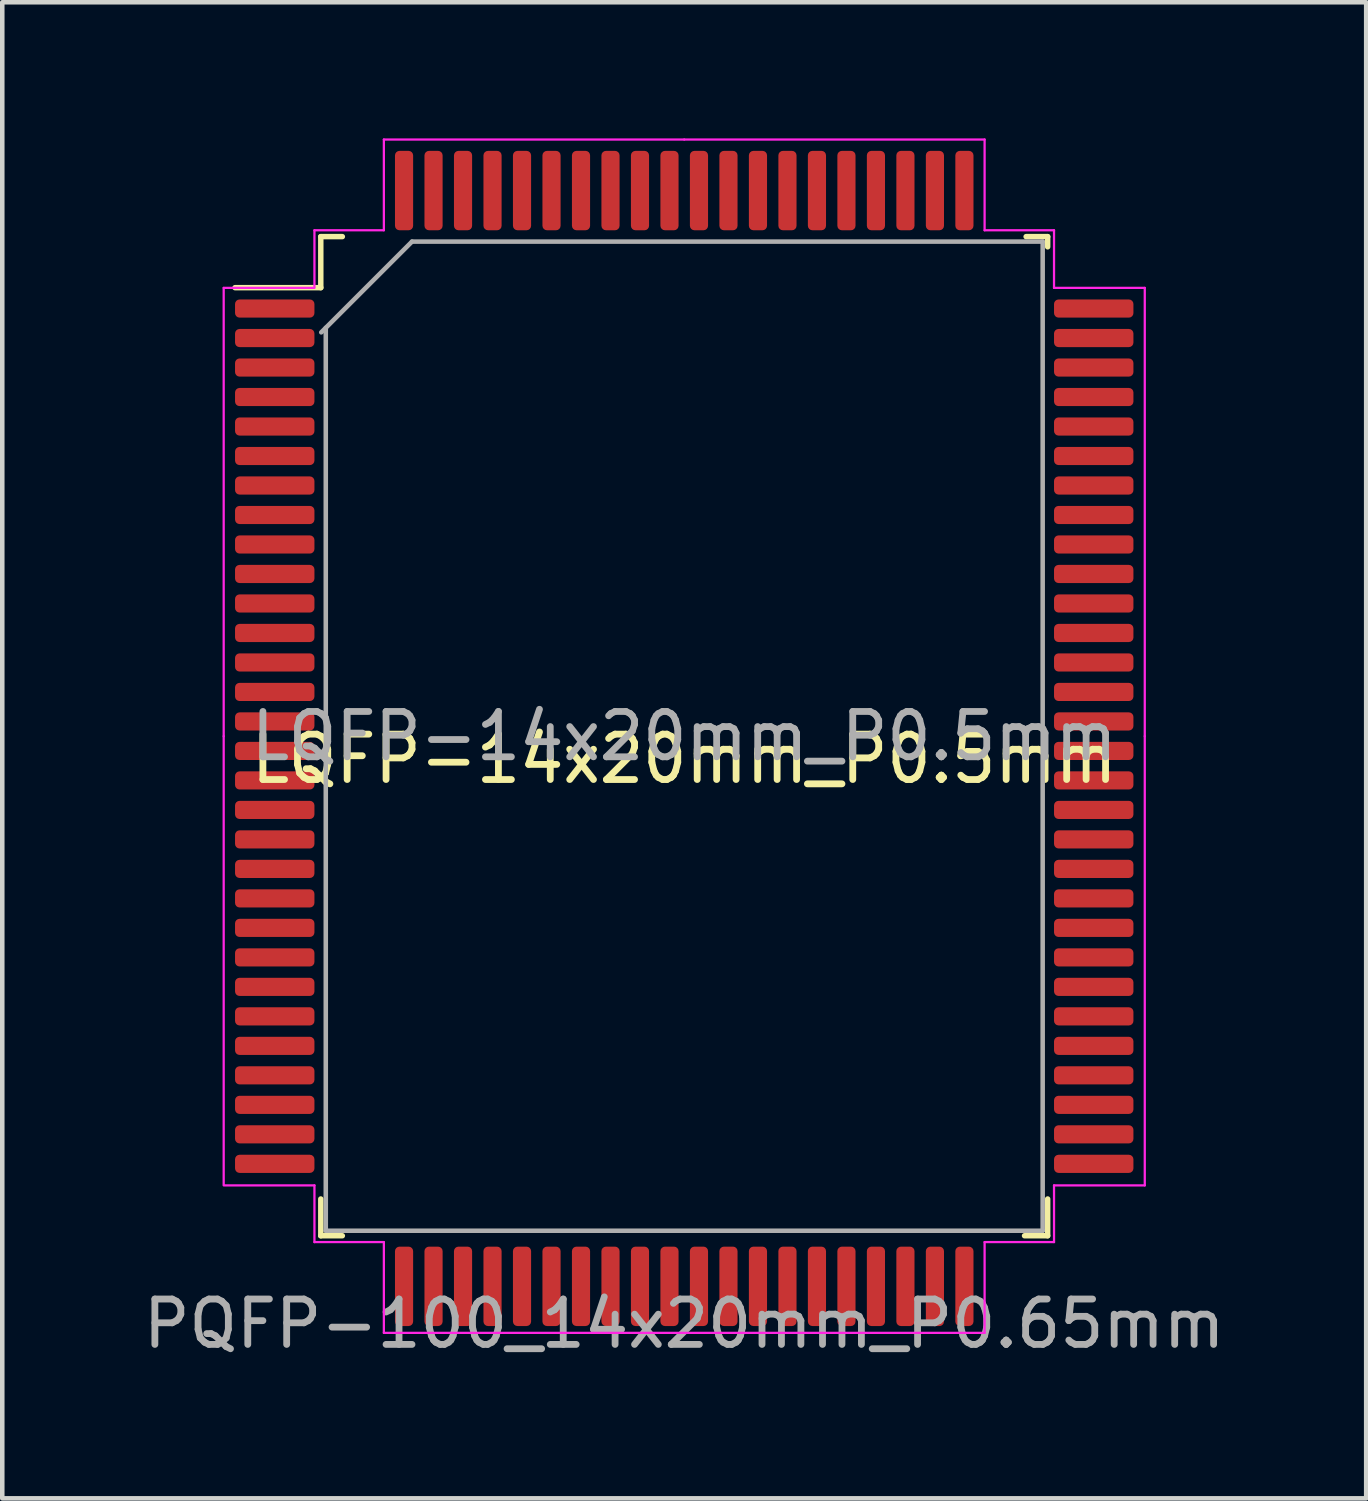
<source format=kicad_pcb>
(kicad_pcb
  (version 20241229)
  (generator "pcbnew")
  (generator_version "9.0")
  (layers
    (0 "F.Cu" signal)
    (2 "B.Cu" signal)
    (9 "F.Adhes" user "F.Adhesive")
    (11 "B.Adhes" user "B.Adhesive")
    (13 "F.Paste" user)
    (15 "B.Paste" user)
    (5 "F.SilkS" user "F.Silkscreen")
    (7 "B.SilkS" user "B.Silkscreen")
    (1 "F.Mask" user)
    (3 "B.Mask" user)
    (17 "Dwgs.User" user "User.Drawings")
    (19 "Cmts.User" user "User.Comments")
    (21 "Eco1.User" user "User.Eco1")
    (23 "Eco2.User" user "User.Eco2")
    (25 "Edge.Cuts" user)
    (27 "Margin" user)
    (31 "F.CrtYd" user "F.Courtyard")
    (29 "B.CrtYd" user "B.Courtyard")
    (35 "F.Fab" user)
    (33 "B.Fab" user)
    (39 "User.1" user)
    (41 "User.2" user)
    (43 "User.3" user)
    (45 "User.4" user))
  (footprint "LQFP-14x20mm_P0.5mm"
    (layer "F.Cu")
    (at 12.03 13.175)
    (property "Reference" "LQFP-14x20mm_P0.5mm" (at 0 0.5 0) (layer "F.SilkS") (effects (font (size 1 1) (thickness 0.15))))
    (attr through_hole)
    (fp_line (start -8.01 -11.01) (end -8.01 -9.885) (stroke (width 0.12) (type solid)) (layer "F.SilkS"))
    (fp_line (start -8.01 -9.885) (end -9.9 -9.885) (stroke (width 0.12) (type solid)) (layer "F.SilkS"))
    (fp_line (start -8.01 11.01) (end -8.01 10.2) (stroke (width 0.12) (type solid)) (layer "F.SilkS"))
    (fp_line (start -7.535 -11.01) (end -8.01 -11.01) (stroke (width 0.12) (type solid)) (layer "F.SilkS"))
    (fp_line (start -7.535 11.01) (end -8.01 11.01) (stroke (width 0.12) (type solid)) (layer "F.SilkS"))
    (fp_line (start 7.5 11.01) (end 8.01 11.01) (stroke (width 0.12) (type solid)) (layer "F.SilkS"))
    (fp_line (start 7.535 -11.01) (end 8.01 -11.01) (stroke (width 0.12) (type solid)) (layer "F.SilkS"))
    (fp_line (start 8.01 -11.01) (end 8.01 -10.785) (stroke (width 0.12) (type solid)) (layer "F.SilkS"))
    (fp_line (start 8.01 11.01) (end 8.01 10.2) (stroke (width 0.12) (type solid)) (layer "F.SilkS"))
    (fp_line (start -10.15 -9.88) (end -10.15 0) (stroke (width 0.05) (type solid)) (layer "F.CrtYd"))
    (fp_line (start -10.15 9.88) (end -10.15 0) (stroke (width 0.05) (type solid)) (layer "F.CrtYd"))
    (fp_line (start -8.15 -11.15) (end -8.15 -9.9) (stroke (width 0.05) (type solid)) (layer "F.CrtYd"))
    (fp_line (start -8.15 -9.88) (end -10.15 -9.88) (stroke (width 0.05) (type solid)) (layer "F.CrtYd"))
    (fp_line (start -8.15 9.9) (end -10.15 9.9) (stroke (width 0.05) (type solid)) (layer "F.CrtYd"))
    (fp_line (start -8.15 11.15) (end -8.15 9.9) (stroke (width 0.05) (type solid)) (layer "F.CrtYd"))
    (fp_line (start -6.62 -13.15) (end -6.62 -11.15) (stroke (width 0.05) (type solid)) (layer "F.CrtYd"))
    (fp_line (start -6.62 -11.15) (end -8.15 -11.15) (stroke (width 0.05) (type solid)) (layer "F.CrtYd"))
    (fp_line (start -6.62 11.15) (end -8.15 11.15) (stroke (width 0.05) (type solid)) (layer "F.CrtYd"))
    (fp_line (start -6.62 13.15) (end -6.62 11.15) (stroke (width 0.05) (type solid)) (layer "F.CrtYd"))
    (fp_line (start -6.62 13.15) (end 6.62 13.15) (stroke (width 0.05) (type solid)) (layer "F.CrtYd"))
    (fp_line (start 0 -13.15) (end -6.62 -13.15) (stroke (width 0.05) (type solid)) (layer "F.CrtYd"))
    (fp_line (start 0 -13.15) (end 6.62 -13.15) (stroke (width 0.05) (type solid)) (layer "F.CrtYd"))
    (fp_line (start 6.62 -13.15) (end 6.62 -11.15) (stroke (width 0.05) (type solid)) (layer "F.CrtYd"))
    (fp_line (start 6.62 -11.15) (end 8.15 -11.15) (stroke (width 0.05) (type solid)) (layer "F.CrtYd"))
    (fp_line (start 6.62 11.15) (end 8.15 11.15) (stroke (width 0.05) (type solid)) (layer "F.CrtYd"))
    (fp_line (start 6.62 13.15) (end 6.62 11.15) (stroke (width 0.05) (type solid)) (layer "F.CrtYd"))
    (fp_line (start 8.15 -11.15) (end 8.15 -9.88) (stroke (width 0.05) (type solid)) (layer "F.CrtYd"))
    (fp_line (start 8.15 -9.88) (end 10.15 -9.88) (stroke (width 0.05) (type solid)) (layer "F.CrtYd"))
    (fp_line (start 8.15 9.9) (end 10.15 9.9) (stroke (width 0.05) (type solid)) (layer "F.CrtYd"))
    (fp_line (start 8.15 11.15) (end 8.15 9.9) (stroke (width 0.05) (type solid)) (layer "F.CrtYd"))
    (fp_line (start 10.15 -9.88) (end 10.15 0) (stroke (width 0.05) (type solid)) (layer "F.CrtYd"))
    (fp_line (start 10.15 9.9) (end 10.15 0) (stroke (width 0.05) (type solid)) (layer "F.CrtYd"))
    (fp_line (start -8 -8.9) (end -6 -10.9) (stroke (width 0.1) (type solid)) (layer "F.Fab"))
    (fp_line (start -7.9 10.9) (end -7.9 -9) (stroke (width 0.1) (type solid)) (layer "F.Fab"))
    (fp_line (start -6 -10.9) (end 7.9 -10.9) (stroke (width 0.1) (type solid)) (layer "F.Fab"))
    (fp_line (start 7.9 -10.9) (end 7.9 10.9) (stroke (width 0.1) (type solid)) (layer "F.Fab"))
    (fp_line (start 7.9 10.9) (end -7.9 10.9) (stroke (width 0.1) (type solid)) (layer "F.Fab"))
    (fp_text user "PQFP-100_14x20mm_P0.65mm" (at 0 12.95 0) (layer "F.Fab") (effects (font (size 1 1) (thickness 0.15))))
    (fp_text user "${REFERENCE}" (at 0 0 0) (layer "F.Fab") (effects (font (size 1 1) (thickness 0.15))))
    (pad "1" smd roundrect (at -9.025 -9.425) (size 1.75 0.4) (layers "F.Cu" "F.Mask" "F.Paste") (roundrect_rratio 0.25))
    (pad "2" smd roundrect (at -9.025 -8.775) (size 1.75 0.4) (layers "F.Cu" "F.Mask" "F.Paste") (roundrect_rratio 0.25))
    (pad "3" smd roundrect (at -9.025 -8.125) (size 1.75 0.4) (layers "F.Cu" "F.Mask" "F.Paste") (roundrect_rratio 0.25))
    (pad "4" smd roundrect (at -9.025 -7.475) (size 1.75 0.4) (layers "F.Cu" "F.Mask" "F.Paste") (roundrect_rratio 0.25))
    (pad "5" smd roundrect (at -9.025 -6.825) (size 1.75 0.4) (layers "F.Cu" "F.Mask" "F.Paste") (roundrect_rratio 0.25))
    (pad "6" smd roundrect (at -9.025 -6.175) (size 1.75 0.4) (layers "F.Cu" "F.Mask" "F.Paste") (roundrect_rratio 0.25))
    (pad "7" smd roundrect (at -9.025 -5.525) (size 1.75 0.4) (layers "F.Cu" "F.Mask" "F.Paste") (roundrect_rratio 0.25))
    (pad "8" smd roundrect (at -9.025 -4.875) (size 1.75 0.4) (layers "F.Cu" "F.Mask" "F.Paste") (roundrect_rratio 0.25))
    (pad "9" smd roundrect (at -9.025 -4.225) (size 1.75 0.4) (layers "F.Cu" "F.Mask" "F.Paste") (roundrect_rratio 0.25))
    (pad "10" smd roundrect (at -9.025 -3.575) (size 1.75 0.4) (layers "F.Cu" "F.Mask" "F.Paste") (roundrect_rratio 0.25))
    (pad "11" smd roundrect (at -9.025 -2.925) (size 1.75 0.4) (layers "F.Cu" "F.Mask" "F.Paste") (roundrect_rratio 0.25))
    (pad "12" smd roundrect (at -9.025 -2.275) (size 1.75 0.4) (layers "F.Cu" "F.Mask" "F.Paste") (roundrect_rratio 0.25))
    (pad "13" smd roundrect (at -9.025 -1.625) (size 1.75 0.4) (layers "F.Cu" "F.Mask" "F.Paste") (roundrect_rratio 0.25))
    (pad "14" smd roundrect (at -9.025 -0.975) (size 1.75 0.4) (layers "F.Cu" "F.Mask" "F.Paste") (roundrect_rratio 0.25))
    (pad "15" smd roundrect (at -9.025 -0.325) (size 1.75 0.4) (layers "F.Cu" "F.Mask" "F.Paste") (roundrect_rratio 0.25))
    (pad "16" smd roundrect (at -9.025 0.325) (size 1.75 0.4) (layers "F.Cu" "F.Mask" "F.Paste") (roundrect_rratio 0.25))
    (pad "17" smd roundrect (at -9.025 0.975) (size 1.75 0.4) (layers "F.Cu" "F.Mask" "F.Paste") (roundrect_rratio 0.25))
    (pad "18" smd roundrect (at -9.025 1.625) (size 1.75 0.4) (layers "F.Cu" "F.Mask" "F.Paste") (roundrect_rratio 0.25))
    (pad "19" smd roundrect (at -9.025 2.275) (size 1.75 0.4) (layers "F.Cu" "F.Mask" "F.Paste") (roundrect_rratio 0.25))
    (pad "20" smd roundrect (at -9.025 2.925) (size 1.75 0.4) (layers "F.Cu" "F.Mask" "F.Paste") (roundrect_rratio 0.25))
    (pad "21" smd roundrect (at -9.025 3.575) (size 1.75 0.4) (layers "F.Cu" "F.Mask" "F.Paste") (roundrect_rratio 0.25))
    (pad "22" smd roundrect (at -9.025 4.225) (size 1.75 0.4) (layers "F.Cu" "F.Mask" "F.Paste") (roundrect_rratio 0.25))
    (pad "23" smd roundrect (at -9.025 4.875) (size 1.75 0.4) (layers "F.Cu" "F.Mask" "F.Paste") (roundrect_rratio 0.25))
    (pad "24" smd roundrect (at -9.025 5.525) (size 1.75 0.4) (layers "F.Cu" "F.Mask" "F.Paste") (roundrect_rratio 0.25))
    (pad "25" smd roundrect (at -9.025 6.175) (size 1.75 0.4) (layers "F.Cu" "F.Mask" "F.Paste") (roundrect_rratio 0.25))
    (pad "26" smd roundrect (at -9.025 6.825) (size 1.75 0.4) (layers "F.Cu" "F.Mask" "F.Paste") (roundrect_rratio 0.25))
    (pad "27" smd roundrect (at -9.025 7.475) (size 1.75 0.4) (layers "F.Cu" "F.Mask" "F.Paste") (roundrect_rratio 0.25))
    (pad "28" smd roundrect (at -9.025 8.125) (size 1.75 0.4) (layers "F.Cu" "F.Mask" "F.Paste") (roundrect_rratio 0.25))
    (pad "29" smd roundrect (at -9.025 8.775) (size 1.75 0.4) (layers "F.Cu" "F.Mask" "F.Paste") (roundrect_rratio 0.25))
    (pad "30" smd roundrect (at -9.025 9.425) (size 1.75 0.4) (layers "F.Cu" "F.Mask" "F.Paste") (roundrect_rratio 0.25))
    (pad "31" smd roundrect (at -6.175 12.125) (size 0.4 1.75) (layers "F.Cu" "F.Mask" "F.Paste") (roundrect_rratio 0.25))
    (pad "32" smd roundrect (at -5.525 12.125) (size 0.4 1.75) (layers "F.Cu" "F.Mask" "F.Paste") (roundrect_rratio 0.25))
    (pad "33" smd roundrect (at -4.875 12.125) (size 0.4 1.75) (layers "F.Cu" "F.Mask" "F.Paste") (roundrect_rratio 0.25))
    (pad "34" smd roundrect (at -4.225 12.125) (size 0.4 1.75) (layers "F.Cu" "F.Mask" "F.Paste") (roundrect_rratio 0.25))
    (pad "35" smd roundrect (at -3.575 12.125) (size 0.4 1.75) (layers "F.Cu" "F.Mask" "F.Paste") (roundrect_rratio 0.25))
    (pad "36" smd roundrect (at -2.925 12.125) (size 0.4 1.75) (layers "F.Cu" "F.Mask" "F.Paste") (roundrect_rratio 0.25))
    (pad "37" smd roundrect (at -2.275 12.125) (size 0.4 1.75) (layers "F.Cu" "F.Mask" "F.Paste") (roundrect_rratio 0.25))
    (pad "38" smd roundrect (at -1.625 12.125) (size 0.4 1.75) (layers "F.Cu" "F.Mask" "F.Paste") (roundrect_rratio 0.25))
    (pad "39" smd roundrect (at -0.975 12.125) (size 0.4 1.75) (layers "F.Cu" "F.Mask" "F.Paste") (roundrect_rratio 0.25))
    (pad "40" smd roundrect (at -0.325 12.125) (size 0.4 1.75) (layers "F.Cu" "F.Mask" "F.Paste") (roundrect_rratio 0.25))
    (pad "41" smd roundrect (at 0.325 12.125) (size 0.4 1.75) (layers "F.Cu" "F.Mask" "F.Paste") (roundrect_rratio 0.25))
    (pad "42" smd roundrect (at 0.975 12.125) (size 0.4 1.75) (layers "F.Cu" "F.Mask" "F.Paste") (roundrect_rratio 0.25))
    (pad "43" smd roundrect (at 1.625 12.125) (size 0.4 1.75) (layers "F.Cu" "F.Mask" "F.Paste") (roundrect_rratio 0.25))
    (pad "44" smd roundrect (at 2.275 12.125) (size 0.4 1.75) (layers "F.Cu" "F.Mask" "F.Paste") (roundrect_rratio 0.25))
    (pad "45" smd roundrect (at 2.925 12.125) (size 0.4 1.75) (layers "F.Cu" "F.Mask" "F.Paste") (roundrect_rratio 0.25))
    (pad "46" smd roundrect (at 3.575 12.125) (size 0.4 1.75) (layers "F.Cu" "F.Mask" "F.Paste") (roundrect_rratio 0.25))
    (pad "47" smd roundrect (at 4.225 12.125) (size 0.4 1.75) (layers "F.Cu" "F.Mask" "F.Paste") (roundrect_rratio 0.25))
    (pad "48" smd roundrect (at 4.875 12.125) (size 0.4 1.75) (layers "F.Cu" "F.Mask" "F.Paste") (roundrect_rratio 0.25))
    (pad "49" smd roundrect (at 5.525 12.125) (size 0.4 1.75) (layers "F.Cu" "F.Mask" "F.Paste") (roundrect_rratio 0.25))
    (pad "50" smd roundrect (at 6.175 12.125) (size 0.4 1.75) (layers "F.Cu" "F.Mask" "F.Paste") (roundrect_rratio 0.25))
    (pad "51" smd roundrect (at 9.025 9.425) (size 1.75 0.4) (layers "F.Cu" "F.Mask" "F.Paste") (roundrect_rratio 0.25))
    (pad "52" smd roundrect (at 9.025 8.775) (size 1.75 0.4) (layers "F.Cu" "F.Mask" "F.Paste") (roundrect_rratio 0.25))
    (pad "53" smd roundrect (at 9.025 8.125) (size 1.75 0.4) (layers "F.Cu" "F.Mask" "F.Paste") (roundrect_rratio 0.25))
    (pad "54" smd roundrect (at 9.025 7.475) (size 1.75 0.4) (layers "F.Cu" "F.Mask" "F.Paste") (roundrect_rratio 0.25))
    (pad "55" smd roundrect (at 9.025 6.825) (size 1.75 0.4) (layers "F.Cu" "F.Mask" "F.Paste") (roundrect_rratio 0.25))
    (pad "56" smd roundrect (at 9.025 6.175) (size 1.75 0.4) (layers "F.Cu" "F.Mask" "F.Paste") (roundrect_rratio 0.25))
    (pad "57" smd roundrect (at 9.025 5.525) (size 1.75 0.4) (layers "F.Cu" "F.Mask" "F.Paste") (roundrect_rratio 0.25))
    (pad "58" smd roundrect (at 9.025 4.875) (size 1.75 0.4) (layers "F.Cu" "F.Mask" "F.Paste") (roundrect_rratio 0.25))
    (pad "59" smd roundrect (at 9.025 4.225) (size 1.75 0.4) (layers "F.Cu" "F.Mask" "F.Paste") (roundrect_rratio 0.25))
    (pad "60" smd roundrect (at 9.025 3.575) (size 1.75 0.4) (layers "F.Cu" "F.Mask" "F.Paste") (roundrect_rratio 0.25))
    (pad "61" smd roundrect (at 9.025 2.925) (size 1.75 0.4) (layers "F.Cu" "F.Mask" "F.Paste") (roundrect_rratio 0.25))
    (pad "62" smd roundrect (at 9.025 2.275) (size 1.75 0.4) (layers "F.Cu" "F.Mask" "F.Paste") (roundrect_rratio 0.25))
    (pad "63" smd roundrect (at 9.025 1.625) (size 1.75 0.4) (layers "F.Cu" "F.Mask" "F.Paste") (roundrect_rratio 0.25))
    (pad "64" smd roundrect (at 9.025 0.975) (size 1.75 0.4) (layers "F.Cu" "F.Mask" "F.Paste") (roundrect_rratio 0.25))
    (pad "65" smd roundrect (at 9.025 0.325) (size 1.75 0.4) (layers "F.Cu" "F.Mask" "F.Paste") (roundrect_rratio 0.25))
    (pad "66" smd roundrect (at 9.025 -0.325) (size 1.75 0.4) (layers "F.Cu" "F.Mask" "F.Paste") (roundrect_rratio 0.25))
    (pad "67" smd roundrect (at 9.025 -0.975) (size 1.75 0.4) (layers "F.Cu" "F.Mask" "F.Paste") (roundrect_rratio 0.25))
    (pad "68" smd roundrect (at 9.025 -1.625) (size 1.75 0.4) (layers "F.Cu" "F.Mask" "F.Paste") (roundrect_rratio 0.25))
    (pad "69" smd roundrect (at 9.025 -2.275) (size 1.75 0.4) (layers "F.Cu" "F.Mask" "F.Paste") (roundrect_rratio 0.25))
    (pad "70" smd roundrect (at 9.025 -2.925) (size 1.75 0.4) (layers "F.Cu" "F.Mask" "F.Paste") (roundrect_rratio 0.25))
    (pad "71" smd roundrect (at 9.025 -3.575) (size 1.75 0.4) (layers "F.Cu" "F.Mask" "F.Paste") (roundrect_rratio 0.25))
    (pad "72" smd roundrect (at 9.025 -4.225) (size 1.75 0.4) (layers "F.Cu" "F.Mask" "F.Paste") (roundrect_rratio 0.25))
    (pad "73" smd roundrect (at 9.025 -4.875) (size 1.75 0.4) (layers "F.Cu" "F.Mask" "F.Paste") (roundrect_rratio 0.25))
    (pad "74" smd roundrect (at 9.025 -5.525) (size 1.75 0.4) (layers "F.Cu" "F.Mask" "F.Paste") (roundrect_rratio 0.25))
    (pad "75" smd roundrect (at 9.025 -6.175) (size 1.75 0.4) (layers "F.Cu" "F.Mask" "F.Paste") (roundrect_rratio 0.25))
    (pad "76" smd roundrect (at 9.025 -6.825) (size 1.75 0.4) (layers "F.Cu" "F.Mask" "F.Paste") (roundrect_rratio 0.25))
    (pad "77" smd roundrect (at 9.025 -7.475) (size 1.75 0.4) (layers "F.Cu" "F.Mask" "F.Paste") (roundrect_rratio 0.25))
    (pad "78" smd roundrect (at 9.025 -8.125) (size 1.75 0.4) (layers "F.Cu" "F.Mask" "F.Paste") (roundrect_rratio 0.25))
    (pad "79" smd roundrect (at 9.025 -8.775) (size 1.75 0.4) (layers "F.Cu" "F.Mask" "F.Paste") (roundrect_rratio 0.25))
    (pad "80" smd roundrect (at 9.025 -9.425) (size 1.75 0.4) (layers "F.Cu" "F.Mask" "F.Paste") (roundrect_rratio 0.25))
    (pad "81" smd roundrect (at 6.175 -12.025) (size 0.4 1.75) (layers "F.Cu" "F.Mask" "F.Paste") (roundrect_rratio 0.25))
    (pad "82" smd roundrect (at 5.525 -12.025) (size 0.4 1.75) (layers "F.Cu" "F.Mask" "F.Paste") (roundrect_rratio 0.25))
    (pad "83" smd roundrect (at 4.875 -12.025) (size 0.4 1.75) (layers "F.Cu" "F.Mask" "F.Paste") (roundrect_rratio 0.25))
    (pad "84" smd roundrect (at 4.225 -12.025) (size 0.4 1.75) (layers "F.Cu" "F.Mask" "F.Paste") (roundrect_rratio 0.25))
    (pad "85" smd roundrect (at 3.575 -12.025) (size 0.4 1.75) (layers "F.Cu" "F.Mask" "F.Paste") (roundrect_rratio 0.25))
    (pad "86" smd roundrect (at 2.925 -12.025) (size 0.4 1.75) (layers "F.Cu" "F.Mask" "F.Paste") (roundrect_rratio 0.25))
    (pad "87" smd roundrect (at 2.275 -12.025) (size 0.4 1.75) (layers "F.Cu" "F.Mask" "F.Paste") (roundrect_rratio 0.25))
    (pad "88" smd roundrect (at 1.625 -12.025) (size 0.4 1.75) (layers "F.Cu" "F.Mask" "F.Paste") (roundrect_rratio 0.25))
    (pad "89" smd roundrect (at 0.975 -12.025) (size 0.4 1.75) (layers "F.Cu" "F.Mask" "F.Paste") (roundrect_rratio 0.25))
    (pad "90" smd roundrect (at 0.325 -12.025) (size 0.4 1.75) (layers "F.Cu" "F.Mask" "F.Paste") (roundrect_rratio 0.25))
    (pad "91" smd roundrect (at -0.325 -12.025) (size 0.4 1.75) (layers "F.Cu" "F.Mask" "F.Paste") (roundrect_rratio 0.25))
    (pad "92" smd roundrect (at -0.975 -12.025) (size 0.4 1.75) (layers "F.Cu" "F.Mask" "F.Paste") (roundrect_rratio 0.25))
    (pad "93" smd roundrect (at -1.625 -12.025) (size 0.4 1.75) (layers "F.Cu" "F.Mask" "F.Paste") (roundrect_rratio 0.25))
    (pad "94" smd roundrect (at -2.275 -12.025) (size 0.4 1.75) (layers "F.Cu" "F.Mask" "F.Paste") (roundrect_rratio 0.25))
    (pad "95" smd roundrect (at -2.925 -12.025) (size 0.4 1.75) (layers "F.Cu" "F.Mask" "F.Paste") (roundrect_rratio 0.25))
    (pad "96" smd roundrect (at -3.575 -12.025) (size 0.4 1.75) (layers "F.Cu" "F.Mask" "F.Paste") (roundrect_rratio 0.25))
    (pad "97" smd roundrect (at -4.225 -12.025) (size 0.4 1.75) (layers "F.Cu" "F.Mask" "F.Paste") (roundrect_rratio 0.25))
    (pad "98" smd roundrect (at -4.875 -12.025) (size 0.4 1.75) (layers "F.Cu" "F.Mask" "F.Paste") (roundrect_rratio 0.25))
    (pad "99" smd roundrect (at -5.525 -12.025) (size 0.4 1.75) (layers "F.Cu" "F.Mask" "F.Paste") (roundrect_rratio 0.25))
    (pad "100" smd roundrect (at -6.175 -12.025) (size 0.4 1.75) (layers "F.Cu" "F.Mask" "F.Paste") (roundrect_rratio 0.25)))
  (gr_rect
    (start -3 -3)
    (end 27.06 29.973)
    (stroke (width 0.1) (type default))
    (fill no)
    (layer "Edge.Cuts")))
</source>
